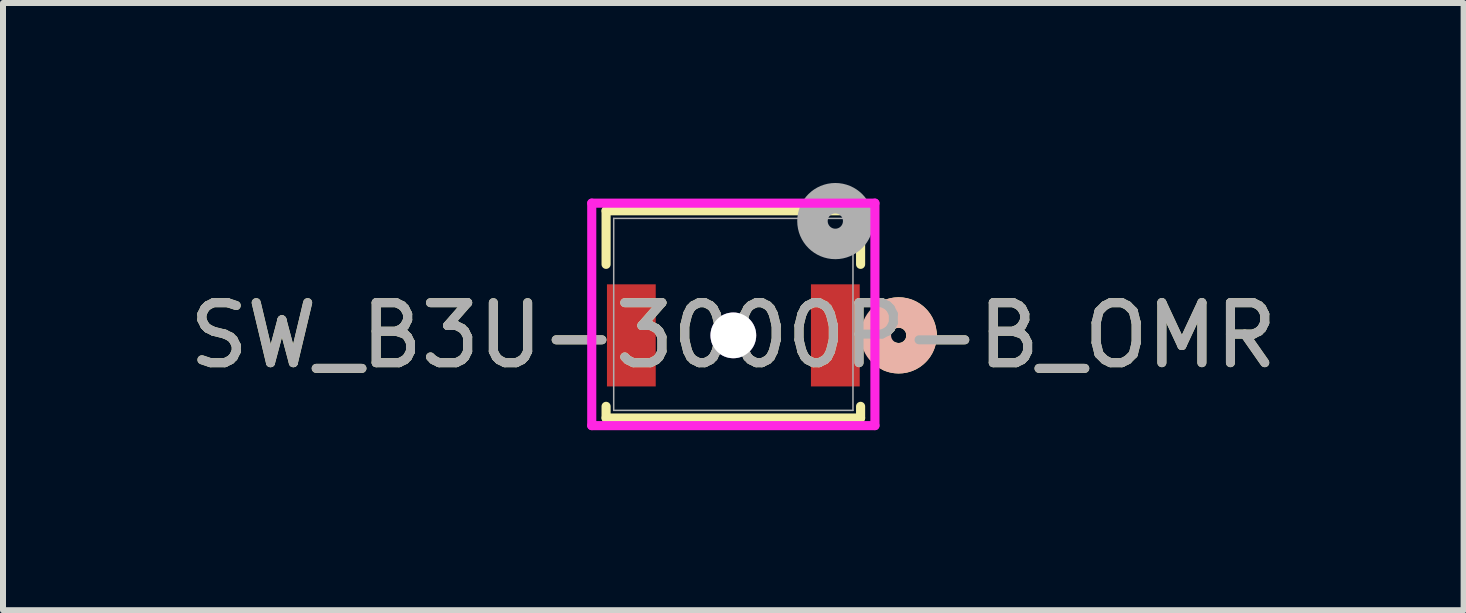
<source format=kicad_pcb>
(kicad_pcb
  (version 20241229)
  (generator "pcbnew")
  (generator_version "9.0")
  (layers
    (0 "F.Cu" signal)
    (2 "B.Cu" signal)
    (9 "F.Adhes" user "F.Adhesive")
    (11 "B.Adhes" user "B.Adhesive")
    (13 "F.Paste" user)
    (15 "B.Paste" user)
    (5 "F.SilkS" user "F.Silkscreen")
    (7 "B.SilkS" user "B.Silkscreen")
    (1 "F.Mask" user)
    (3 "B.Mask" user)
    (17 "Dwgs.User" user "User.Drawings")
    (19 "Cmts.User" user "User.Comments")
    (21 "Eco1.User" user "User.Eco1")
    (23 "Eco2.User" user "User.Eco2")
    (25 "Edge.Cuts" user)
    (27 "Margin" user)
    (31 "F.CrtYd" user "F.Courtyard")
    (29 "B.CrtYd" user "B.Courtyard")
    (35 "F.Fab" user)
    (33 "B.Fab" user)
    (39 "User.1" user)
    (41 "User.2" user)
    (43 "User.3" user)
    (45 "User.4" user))
  (footprint "SW_B3U-3000P-B_OMR"
    (layer "F.Cu")
    (at 9.173 2.19)
    (property "Reference" "SW_B3U-3000P-B_OMR" (at 0 0.35 0) (unlocked yes) (layer "F.SilkS") (effects (font (size 1 1) (thickness 0.15))))
    (attr smd)
    (fp_line (start -2.121 -1.727) (end -2.121 -0.834) (stroke (width 0.152) (type solid)) (layer "F.SilkS"))
    (fp_line (start -2.121 1.533) (end -2.121 1.727) (stroke (width 0.152) (type solid)) (layer "F.SilkS"))
    (fp_line (start -2.121 1.727) (end 2.121 1.727) (stroke (width 0.152) (type solid)) (layer "F.SilkS"))
    (fp_line (start 2.121 -1.727) (end -2.121 -1.727) (stroke (width 0.152) (type solid)) (layer "F.SilkS"))
    (fp_line (start 2.121 -0.834) (end 2.121 -1.727) (stroke (width 0.152) (type solid)) (layer "F.SilkS"))
    (fp_line (start 2.121 1.727) (end 2.121 1.533) (stroke (width 0.152) (type solid)) (layer "F.SilkS"))
    (fp_arc (start 2.616941 -0.004956) (mid 2.97063 0.035074) (end 3.1369 0.3498) (stroke (width 0.508) (type solid)) (layer "F.SilkS"))
    (fp_arc (start 3.1369 0.349801) (mid 2.97063 0.664526) (end 2.616941 0.704555) (stroke (width 0.508) (type solid)) (layer "F.SilkS"))
    (fp_circle (center 2.756 0.35) (end 3.137 0.35) (stroke (width 0.508) (type solid)) (fill no) (layer "B.SilkS"))
    (fp_line (start -2.36 -1.854) (end -2.36 1.854) (stroke (width 0.152) (type solid)) (layer "F.CrtYd"))
    (fp_line (start -2.36 1.854) (end 2.36 1.854) (stroke (width 0.152) (type solid)) (layer "F.CrtYd"))
    (fp_line (start 2.36 -1.854) (end -2.36 -1.854) (stroke (width 0.152) (type solid)) (layer "F.CrtYd"))
    (fp_line (start 2.36 1.854) (end 2.36 -1.854) (stroke (width 0.152) (type solid)) (layer "F.CrtYd"))
    (fp_line (start -1.994 -1.6) (end -1.994 1.6) (stroke (width 0.025) (type solid)) (layer "F.Fab"))
    (fp_line (start -1.994 1.6) (end 1.994 1.6) (stroke (width 0.025) (type solid)) (layer "F.Fab"))
    (fp_line (start 1.994 -1.6) (end -1.994 -1.6) (stroke (width 0.025) (type solid)) (layer "F.Fab"))
    (fp_line (start 1.994 1.6) (end 1.994 -1.6) (stroke (width 0.025) (type solid)) (layer "F.Fab"))
    (fp_circle (center 1.7 -1.555) (end 2.081 -1.555) (stroke (width 0.508) (type solid)) (fill no) (layer "F.Fab"))
    (fp_text user "${REFERENCE}" (at 0 0.35 0) (unlocked yes) (layer "F.Fab") (effects (font (size 1 1) (thickness 0.15))))
    (pad "1" smd rect (at 1.7 0.35) (size 0.813 1.702) (layers "F.Cu" "F.Mask" "F.Paste"))
    (pad "2" smd rect (at -1.7 0.35) (size 0.813 1.702) (layers "F.Cu" "F.Mask" "F.Paste"))
    (pad "3" thru_hole circle (at 0 0.35) (size 0.762 0.762) (drill 0.762) (layers "*.Cu" "*.Mask")))
  (gr_rect
    (start -3 -3)
    (end 21.345 7.121)
    (stroke (width 0.1) (type default))
    (fill no)
    (layer "Edge.Cuts")))
</source>
